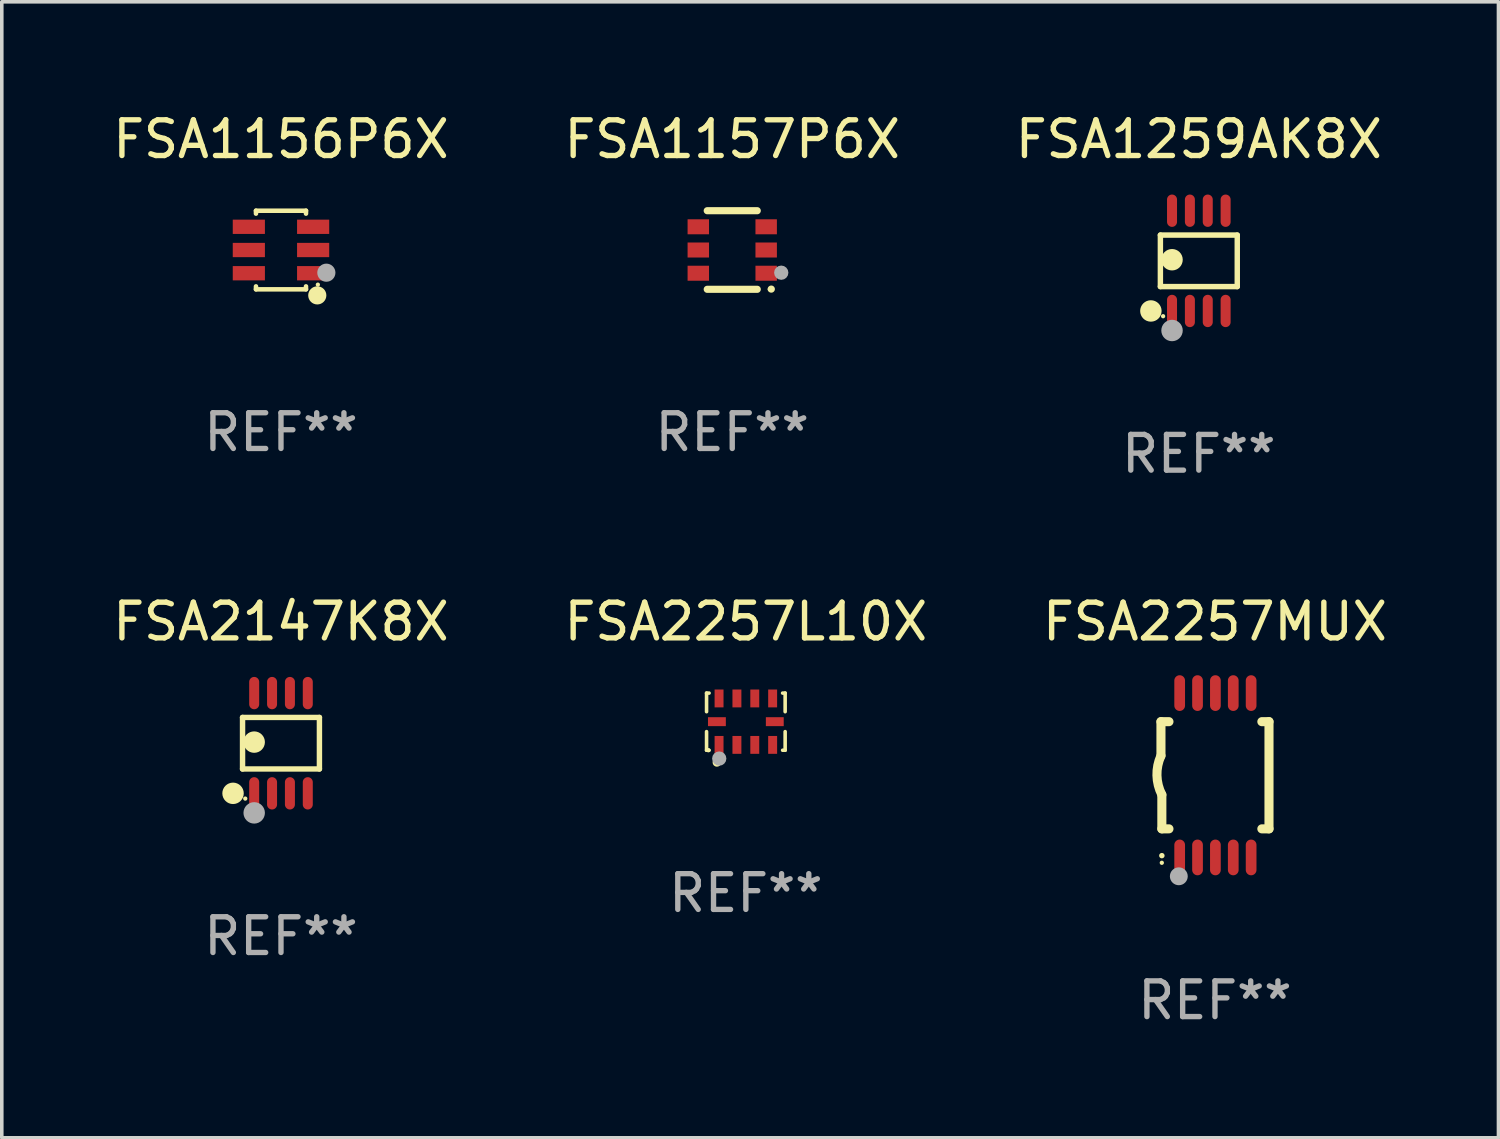
<source format=kicad_pcb>
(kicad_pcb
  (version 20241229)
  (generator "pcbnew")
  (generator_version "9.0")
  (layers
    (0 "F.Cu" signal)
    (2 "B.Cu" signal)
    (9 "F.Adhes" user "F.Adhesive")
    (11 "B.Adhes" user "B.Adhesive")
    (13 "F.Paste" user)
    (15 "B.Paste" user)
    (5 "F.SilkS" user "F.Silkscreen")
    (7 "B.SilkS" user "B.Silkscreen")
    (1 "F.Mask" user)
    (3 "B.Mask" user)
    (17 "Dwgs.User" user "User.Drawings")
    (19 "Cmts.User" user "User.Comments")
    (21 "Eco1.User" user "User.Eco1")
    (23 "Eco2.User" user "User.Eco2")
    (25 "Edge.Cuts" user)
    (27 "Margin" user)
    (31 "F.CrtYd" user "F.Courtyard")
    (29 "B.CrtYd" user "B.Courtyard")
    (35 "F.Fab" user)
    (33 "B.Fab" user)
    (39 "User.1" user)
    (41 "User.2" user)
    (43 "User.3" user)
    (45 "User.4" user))
  (footprint "FSA1156P6X"
    (layer "F.Cu")
    (at 4.815 3.948)
    (property "Reference" "FSA1156P6X" (at 0 -3.1 0) (layer "F.SilkS") (effects (font (size 1 1) (thickness 0.15))))
    (attr through_hole)
    (fp_line (start -0.7 -1.018) (end -0.7 -1.1) (stroke (width 0.127) (type solid)) (layer "F.SilkS"))
    (fp_line (start -0.7 1.1) (end -0.7 1.018) (stroke (width 0.127) (type solid)) (layer "F.SilkS"))
    (fp_line (start 0.7 -1.1) (end -0.7 -1.1) (stroke (width 0.127) (type solid)) (layer "F.SilkS"))
    (fp_line (start 0.7 -1.018) (end 0.7 -1.1) (stroke (width 0.127) (type solid)) (layer "F.SilkS"))
    (fp_line (start 0.7 1.1) (end -0.7 1.1) (stroke (width 0.127) (type solid)) (layer "F.SilkS"))
    (fp_line (start 0.7 1.1) (end 0.7 1.018) (stroke (width 0.127) (type solid)) (layer "F.SilkS"))
    (fp_circle (center 1.016 1.27) (end 1.143 1.27) (stroke (width 0.254) (type solid)) (fill no) (layer "F.SilkS"))
    (fp_circle (center 1.032 0.97) (end 1.062 0.97) (stroke (width 0.06) (type solid)) (fill no) (layer "F.SilkS"))
    (fp_circle (center 1.27 0.635) (end 1.397 0.635) (stroke (width 0.254) (type solid)) (fill no) (layer "F.Fab"))
    (fp_text user "REF**" (at 0 5.1 0) (layer "F.Fab") (effects (font (size 1 1) (thickness 0.15))))
    (pad "1" smd rect (at 0.9 0.65 90) (size 0.4 0.9) (layers "F.Cu" "F.Mask" "F.Paste"))
    (pad "2" smd rect (at 0.9 -0.000102 90) (size 0.4 0.9) (layers "F.Cu" "F.Mask" "F.Paste"))
    (pad "3" smd rect (at 0.9 -0.65 90) (size 0.4 0.9) (layers "F.Cu" "F.Mask" "F.Paste"))
    (pad "4" smd rect (at -0.9 -0.65 90) (size 0.4 0.9) (layers "F.Cu" "F.Mask" "F.Paste"))
    (pad "5" smd rect (at -0.9 -0.000102 90) (size 0.4 0.9) (layers "F.Cu" "F.Mask" "F.Paste"))
    (pad "6" smd rect (at -0.9 0.65 90) (size 0.4 0.9) (layers "F.Cu" "F.Mask" "F.Paste")))
  (footprint "FSA2147K8X"
    (layer "F.Cu")
    (at 4.815 17.753)
    (property "Reference" "FSA2147K8X" (at 0 -3.403 0) (layer "F.SilkS") (effects (font (size 1 1) (thickness 0.15))))
    (attr through_hole)
    (fp_line (start -1.076 -0.721) (end 1.076 -0.721) (stroke (width 0.152) (type solid)) (layer "F.SilkS"))
    (fp_line (start -1.076 0.721) (end -1.076 -0.721) (stroke (width 0.152) (type solid)) (layer "F.SilkS"))
    (fp_line (start 1.076 -0.721) (end 1.076 0.721) (stroke (width 0.152) (type solid)) (layer "F.SilkS"))
    (fp_line (start 1.076 0.721) (end -1.076 0.721) (stroke (width 0.152) (type solid)) (layer "F.SilkS"))
    (fp_circle (center -1.342 1.403) (end -1.192 1.403) (stroke (width 0.3) (type solid)) (fill no) (layer "F.SilkS"))
    (fp_circle (center -1 1.55) (end -0.97 1.55) (stroke (width 0.06) (type solid)) (fill no) (layer "F.SilkS"))
    (fp_circle (center -0.75 -0.031) (end -0.6 -0.031) (stroke (width 0.3) (type solid)) (fill no) (layer "F.SilkS"))
    (fp_circle (center -0.75 1.95) (end -0.6 1.95) (stroke (width 0.3) (type solid)) (fill no) (layer "F.Fab"))
    (fp_text user "REF**" (at 0 5.403 0) (layer "F.Fab") (effects (font (size 1 1) (thickness 0.15))))
    (pad "1" smd oval (at -0.75 1.403) (size 0.28 0.905) (layers "F.Cu" "F.Mask" "F.Paste"))
    (pad "2" smd oval (at -0.25 1.403) (size 0.28 0.905) (layers "F.Cu" "F.Mask" "F.Paste"))
    (pad "3" smd oval (at 0.25 1.403) (size 0.28 0.905) (layers "F.Cu" "F.Mask" "F.Paste"))
    (pad "4" smd oval (at 0.75 1.403) (size 0.28 0.905) (layers "F.Cu" "F.Mask" "F.Paste"))
    (pad "5" smd oval (at 0.75 -1.403) (size 0.28 0.905) (layers "F.Cu" "F.Mask" "F.Paste"))
    (pad "6" smd oval (at 0.25 -1.403) (size 0.28 0.905) (layers "F.Cu" "F.Mask" "F.Paste"))
    (pad "7" smd oval (at -0.25 -1.403) (size 0.28 0.905) (layers "F.Cu" "F.Mask" "F.Paste"))
    (pad "8" smd oval (at -0.75 -1.403) (size 0.28 0.905) (layers "F.Cu" "F.Mask" "F.Paste")))
  (footprint "FSA1157P6X"
    (layer "F.Cu")
    (at 17.446 3.948)
    (property "Reference" "FSA1157P6X" (at 0 -3.1 0) (layer "F.SilkS") (effects (font (size 1 1) (thickness 0.15))))
    (attr through_hole)
    (fp_line (start -0.7 -1.1) (end 0.7 -1.1) (stroke (width 0.2) (type solid)) (layer "F.SilkS"))
    (fp_line (start -0.7 1.1) (end 0.7 1.1) (stroke (width 0.2) (type solid)) (layer "F.SilkS"))
    (fp_arc (start 1.090932 1.094209) (mid 1.092202 1.094203) (end 1.093472 1.094209) (stroke (width 0.2) (type solid)) (layer "F.SilkS"))
    (fp_circle (center 1.053 1.1) (end 1.083 1.1) (stroke (width 0.06) (type solid)) (fill no) (layer "F.SilkS"))
    (fp_circle (center 1.372 0.635) (end 1.472 0.635) (stroke (width 0.2) (type solid)) (fill no) (layer "F.Fab"))
    (fp_text user "REF**" (at 0 5.1 0) (layer "F.Fab") (effects (font (size 1 1) (thickness 0.15))))
    (pad "1" smd rect (at 0.95 0.65 90) (size 0.42 0.6) (layers "F.Cu" "F.Mask" "F.Paste"))
    (pad "2" smd rect (at 0.95 0 90) (size 0.42 0.6) (layers "F.Cu" "F.Mask" "F.Paste"))
    (pad "3" smd rect (at 0.95 -0.65 90) (size 0.42 0.6) (layers "F.Cu" "F.Mask" "F.Paste"))
    (pad "4" smd rect (at -0.95 -0.65 270) (size 0.42 0.6) (layers "F.Cu" "F.Mask" "F.Paste"))
    (pad "5" smd rect (at -0.95 0 270) (size 0.42 0.6) (layers "F.Cu" "F.Mask" "F.Paste"))
    (pad "6" smd rect (at -0.95 0.65 270) (size 0.42 0.6) (layers "F.Cu" "F.Mask" "F.Paste")))
  (footprint "FSA1259AK8X"
    (layer "F.Cu")
    (at 30.506 4.251)
    (property "Reference" "FSA1259AK8X" (at 0 -3.403 0) (layer "F.SilkS") (effects (font (size 1 1) (thickness 0.15))))
    (attr through_hole)
    (fp_line (start -1.076 -0.721) (end 1.076 -0.721) (stroke (width 0.152) (type solid)) (layer "F.SilkS"))
    (fp_line (start -1.076 0.721) (end -1.076 -0.721) (stroke (width 0.152) (type solid)) (layer "F.SilkS"))
    (fp_line (start 1.076 -0.721) (end 1.076 0.721) (stroke (width 0.152) (type solid)) (layer "F.SilkS"))
    (fp_line (start 1.076 0.721) (end -1.076 0.721) (stroke (width 0.152) (type solid)) (layer "F.SilkS"))
    (fp_circle (center -1.342 1.403) (end -1.192 1.403) (stroke (width 0.3) (type solid)) (fill no) (layer "F.SilkS"))
    (fp_circle (center -1 1.55) (end -0.97 1.55) (stroke (width 0.06) (type solid)) (fill no) (layer "F.SilkS"))
    (fp_circle (center -0.75 -0.031) (end -0.6 -0.031) (stroke (width 0.3) (type solid)) (fill no) (layer "F.SilkS"))
    (fp_circle (center -0.75 1.95) (end -0.6 1.95) (stroke (width 0.3) (type solid)) (fill no) (layer "F.Fab"))
    (fp_text user "REF**" (at 0 5.403 0) (layer "F.Fab") (effects (font (size 1 1) (thickness 0.15))))
    (pad "1" smd oval (at -0.75 1.403) (size 0.28 0.905) (layers "F.Cu" "F.Mask" "F.Paste"))
    (pad "2" smd oval (at -0.25 1.403) (size 0.28 0.905) (layers "F.Cu" "F.Mask" "F.Paste"))
    (pad "3" smd oval (at 0.25 1.403) (size 0.28 0.905) (layers "F.Cu" "F.Mask" "F.Paste"))
    (pad "4" smd oval (at 0.75 1.403) (size 0.28 0.905) (layers "F.Cu" "F.Mask" "F.Paste"))
    (pad "5" smd oval (at 0.75 -1.403) (size 0.28 0.905) (layers "F.Cu" "F.Mask" "F.Paste"))
    (pad "6" smd oval (at 0.25 -1.403) (size 0.28 0.905) (layers "F.Cu" "F.Mask" "F.Paste"))
    (pad "7" smd oval (at -0.25 -1.403) (size 0.28 0.905) (layers "F.Cu" "F.Mask" "F.Paste"))
    (pad "8" smd oval (at -0.75 -1.403) (size 0.28 0.905) (layers "F.Cu" "F.Mask" "F.Paste")))
  (footprint "FSA2257MUX"
    (layer "F.Cu")
    (at 30.958 18.65)
    (property "Reference" "FSA2257MUX" (at 0 -4.3 0) (layer "F.SilkS") (effects (font (size 1 1) (thickness 0.15))))
    (attr through_hole)
    (fp_line (start -1.512 -1.5) (end -1.512 -0.546) (stroke (width 0.254) (type solid)) (layer "F.SilkS"))
    (fp_line (start -1.487 0.546) (end -1.487 1.5) (stroke (width 0.254) (type solid)) (layer "F.SilkS"))
    (fp_line (start -1.288 -1.5) (end -1.512 -1.5) (stroke (width 0.254) (type solid)) (layer "F.SilkS"))
    (fp_line (start -1.288 1.5) (end -1.487 1.5) (stroke (width 0.254) (type solid)) (layer "F.SilkS"))
    (fp_line (start 1.512 -1.5) (end 1.312 -1.5) (stroke (width 0.254) (type solid)) (layer "F.SilkS"))
    (fp_line (start 1.512 -1.5) (end 1.512 1.5) (stroke (width 0.254) (type solid)) (layer "F.SilkS"))
    (fp_line (start 1.512 1.5) (end 1.312 1.5) (stroke (width 0.254) (type solid)) (layer "F.SilkS"))
    (fp_arc (start -1.487998 2.250013) (mid -1.486728 2.250007) (end -1.485458 2.250013) (stroke (width 0.150013) (type solid)) (layer "F.SilkS"))
    (fp_arc (start -1.486602 0.546102) (mid -1.624196 0.002905) (end -1.512002 -0.546101) (stroke (width 0.254001) (type solid)) (layer "F.SilkS"))
    (fp_circle (center -1.488 2.45) (end -1.458 2.45) (stroke (width 0.06) (type solid)) (fill no) (layer "F.SilkS"))
    (fp_circle (center -1.012 2.828) (end -0.887 2.828) (stroke (width 0.25) (type solid)) (fill no) (layer "F.Fab"))
    (fp_text user "REF**" (at 0 6.3 0) (layer "F.Fab") (effects (font (size 1 1) (thickness 0.15))))
    (pad "1" smd oval (at -0.988 2.3) (size 0.3 1) (layers "F.Cu" "F.Mask" "F.Paste"))
    (pad "2" smd oval (at -0.488 2.3) (size 0.3 1) (layers "F.Cu" "F.Mask" "F.Paste"))
    (pad "3" smd oval (at 0.012 2.3) (size 0.3 1) (layers "F.Cu" "F.Mask" "F.Paste"))
    (pad "4" smd oval (at 0.512 2.3) (size 0.3 1) (layers "F.Cu" "F.Mask" "F.Paste"))
    (pad "5" smd oval (at 1.012 2.3) (size 0.3 1) (layers "F.Cu" "F.Mask" "F.Paste"))
    (pad "6" smd oval (at 1.012 -2.3) (size 0.3 1) (layers "F.Cu" "F.Mask" "F.Paste"))
    (pad "7" smd oval (at 0.512 -2.3) (size 0.3 1) (layers "F.Cu" "F.Mask" "F.Paste"))
    (pad "8" smd oval (at 0.012 -2.3) (size 0.3 1) (layers "F.Cu" "F.Mask" "F.Paste"))
    (pad "9" smd oval (at -0.488 -2.3) (size 0.3 1) (layers "F.Cu" "F.Mask" "F.Paste"))
    (pad "10" smd oval (at -0.988 -2.3) (size 0.3 1) (layers "F.Cu" "F.Mask" "F.Paste")))
  (footprint "FSA2257L10X"
    (layer "F.Cu")
    (at 17.827 17.15)
    (property "Reference" "FSA2257L10X" (at 0 -2.8 0) (layer "F.SilkS") (effects (font (size 1 1) (thickness 0.15))))
    (attr through_hole)
    (fp_line (start -1.1 -0.8) (end -1.1 -0.279) (stroke (width 0.1) (type solid)) (layer "F.SilkS"))
    (fp_line (start -1.1 0.279) (end -1.1 0.8) (stroke (width 0.1) (type solid)) (layer "F.SilkS"))
    (fp_line (start -1.1 0.8) (end -1.029 0.8) (stroke (width 0.1) (type solid)) (layer "F.SilkS"))
    (fp_line (start -1.029 -0.8) (end -1.1 -0.8) (stroke (width 0.1) (type solid)) (layer "F.SilkS"))
    (fp_line (start 1.029 0.8) (end 1.1 0.8) (stroke (width 0.1) (type solid)) (layer "F.SilkS"))
    (fp_line (start 1.1 -0.8) (end 1.029 -0.8) (stroke (width 0.1) (type solid)) (layer "F.SilkS"))
    (fp_line (start 1.1 -0.8) (end 1.1 -0.279) (stroke (width 0.1) (type solid)) (layer "F.SilkS"))
    (fp_line (start 1.1 0.279) (end 1.1 0.8) (stroke (width 0.1) (type solid)) (layer "F.SilkS"))
    (fp_circle (center -1.05 0.8) (end -1.02 0.8) (stroke (width 0.06) (type solid)) (fill no) (layer "F.SilkS"))
    (fp_circle (center -0.81 1.14) (end -0.739 1.14) (stroke (width 0.1) (type solid)) (fill no) (layer "F.SilkS"))
    (fp_circle (center -0.745 1.033) (end -0.645 1.033) (stroke (width 0.2) (type solid)) (fill no) (layer "F.Fab"))
    (fp_text user "REF**" (at 0 4.8 0) (layer "F.Fab") (effects (font (size 1 1) (thickness 0.15))))
    (pad "1" smd rect (at -0.75 0.65) (size 0.25 0.5) (layers "F.Cu" "F.Mask" "F.Paste"))
    (pad "2" smd rect (at -0.25 0.65) (size 0.25 0.5) (layers "F.Cu" "F.Mask" "F.Paste"))
    (pad "3" smd rect (at 0.25 0.65) (size 0.25 0.5) (layers "F.Cu" "F.Mask" "F.Paste"))
    (pad "4" smd rect (at 0.75 0.65) (size 0.25 0.5) (layers "F.Cu" "F.Mask" "F.Paste"))
    (pad "5" smd rect (at 0.81 0.000013 90) (size 0.25 0.5) (layers "F.Cu" "F.Mask" "F.Paste"))
    (pad "6" smd rect (at 0.75 -0.65) (size 0.25 0.5) (layers "F.Cu" "F.Mask" "F.Paste"))
    (pad "7" smd rect (at 0.25 -0.65) (size 0.25 0.5) (layers "F.Cu" "F.Mask" "F.Paste"))
    (pad "8" smd rect (at -0.25 -0.65) (size 0.25 0.5) (layers "F.Cu" "F.Mask" "F.Paste"))
    (pad "9" smd rect (at -0.75 -0.65) (size 0.25 0.5) (layers "F.Cu" "F.Mask" "F.Paste"))
    (pad "10" smd rect (at -0.81 0.000013 90) (size 0.25 0.5) (layers "F.Cu" "F.Mask" "F.Paste")))
  (gr_rect
    (start -3 -3)
    (end 38.893 28.798)
    (stroke (width 0.1) (type default))
    (fill no)
    (layer "Edge.Cuts")))
</source>
